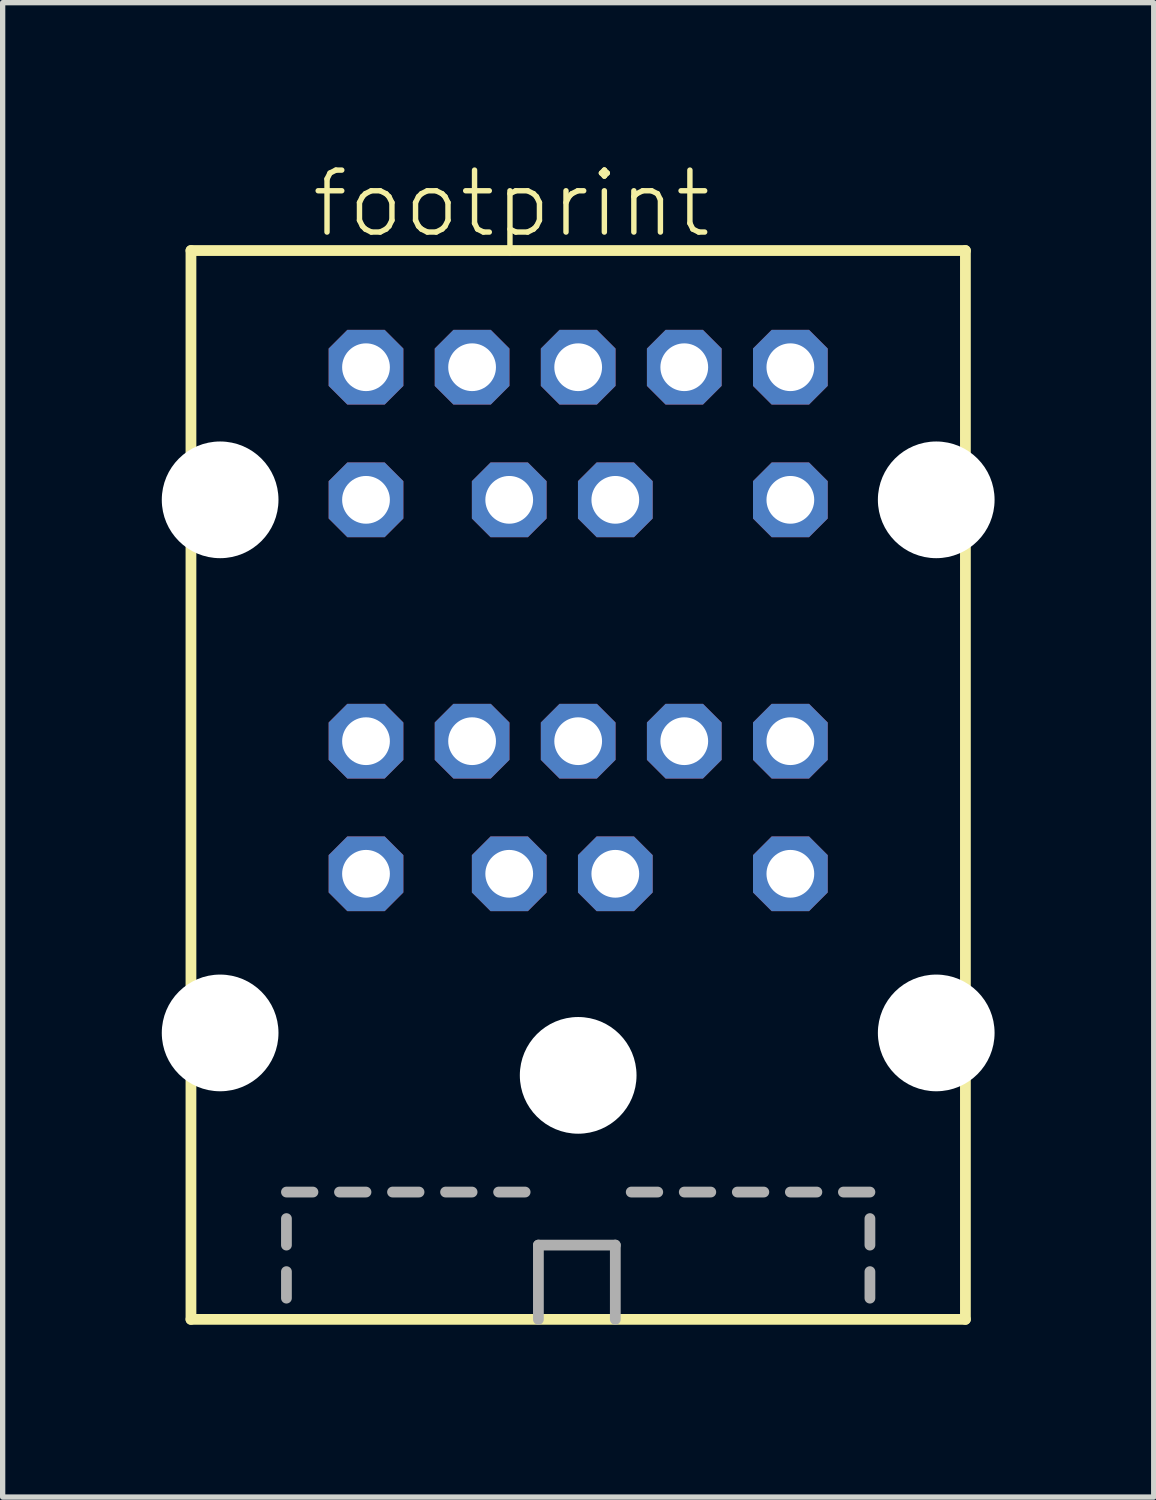
<source format=kicad_pcb>
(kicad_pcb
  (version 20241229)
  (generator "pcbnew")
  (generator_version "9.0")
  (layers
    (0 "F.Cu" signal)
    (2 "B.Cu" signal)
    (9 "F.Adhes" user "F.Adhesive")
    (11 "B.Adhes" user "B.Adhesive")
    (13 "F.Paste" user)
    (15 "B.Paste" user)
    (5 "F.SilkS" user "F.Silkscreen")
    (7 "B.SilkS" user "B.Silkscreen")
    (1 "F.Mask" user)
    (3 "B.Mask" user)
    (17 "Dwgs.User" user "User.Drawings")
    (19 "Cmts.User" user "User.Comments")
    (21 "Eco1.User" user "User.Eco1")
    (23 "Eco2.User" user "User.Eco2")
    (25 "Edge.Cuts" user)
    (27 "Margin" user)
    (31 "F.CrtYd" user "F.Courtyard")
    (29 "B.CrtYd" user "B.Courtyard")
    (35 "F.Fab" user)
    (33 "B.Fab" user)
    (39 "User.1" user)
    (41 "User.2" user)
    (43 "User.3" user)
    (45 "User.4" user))
  (footprint "footprint"
    (layer "F.Cu")
    (at 7.85 21.923)
    (property "Reference" "footprint" (at -5.08 -20.45 0) (layer "F.SilkS") (effects (font (size 1.168 1.168) (thickness 0.102)) (justify left bottom)))
    (fp_line (start -7.3 -20.25) (end -7.3 -0.1) (stroke (width 0.203) (type solid)) (layer "F.SilkS"))
    (fp_line (start -7.3 -0.1) (end 7.3 -0.1) (stroke (width 0.203) (type solid)) (layer "F.SilkS"))
    (fp_line (start 7.3 -20.25) (end -7.3 -20.25) (stroke (width 0.203) (type solid)) (layer "F.SilkS"))
    (fp_line (start 7.3 -0.1) (end 7.3 -20.25) (stroke (width 0.203) (type solid)) (layer "F.SilkS"))
    (fp_line (start -5.5 -2.5) (end -5 -2.5) (stroke (width 0.203) (type solid)) (layer "F.Fab"))
    (fp_line (start -5.5 -1.5) (end -5.5 -2) (stroke (width 0.203) (type solid)) (layer "F.Fab"))
    (fp_line (start -5.5 -0.5) (end -5.5 -1) (stroke (width 0.203) (type solid)) (layer "F.Fab"))
    (fp_line (start -4.5 -2.5) (end -4 -2.5) (stroke (width 0.203) (type solid)) (layer "F.Fab"))
    (fp_line (start -3.5 -2.5) (end -3 -2.5) (stroke (width 0.203) (type solid)) (layer "F.Fab"))
    (fp_line (start -2.5 -2.5) (end -2 -2.5) (stroke (width 0.203) (type solid)) (layer "F.Fab"))
    (fp_line (start -1.5 -2.5) (end -1 -2.5) (stroke (width 0.203) (type solid)) (layer "F.Fab"))
    (fp_line (start -0.75 -1.5) (end 0.7 -1.5) (stroke (width 0.203) (type solid)) (layer "F.Fab"))
    (fp_line (start -0.75 -0.1) (end -0.75 -1.5) (stroke (width 0.203) (type solid)) (layer "F.Fab"))
    (fp_line (start 0.7 -1.5) (end 0.7 -0.1) (stroke (width 0.203) (type solid)) (layer "F.Fab"))
    (fp_line (start 1 -2.5) (end 1.5 -2.5) (stroke (width 0.203) (type solid)) (layer "F.Fab"))
    (fp_line (start 2 -2.5) (end 2.5 -2.5) (stroke (width 0.203) (type solid)) (layer "F.Fab"))
    (fp_line (start 3 -2.5) (end 3.5 -2.5) (stroke (width 0.203) (type solid)) (layer "F.Fab"))
    (fp_line (start 4 -2.5) (end 4.5 -2.5) (stroke (width 0.203) (type solid)) (layer "F.Fab"))
    (fp_line (start 5 -2.5) (end 5.5 -2.5) (stroke (width 0.203) (type solid)) (layer "F.Fab"))
    (fp_line (start 5.5 -1.5) (end 5.5 -2) (stroke (width 0.203) (type solid)) (layer "F.Fab"))
    (fp_line (start 5.5 -0.5) (end 5.5 -1) (stroke (width 0.203) (type solid)) (layer "F.Fab"))
    (pad "" np_thru_hole circle (at -6.75 -15.55) (size 2.2 2.2) (drill 2.2) (layers "*.Cu" "*.Mask"))
    (pad "" np_thru_hole circle (at -6.75 -5.5) (size 2.2 2.2) (drill 2.2) (layers "*.Cu" "*.Mask"))
    (pad "" np_thru_hole circle (at 0 -4.7) (size 2.2 2.2) (drill 2.2) (layers "*.Cu" "*.Mask"))
    (pad "" np_thru_hole circle (at 6.75 -15.55) (size 2.2 2.2) (drill 2.2) (layers "*.Cu" "*.Mask"))
    (pad "" np_thru_hole circle (at 6.75 -5.5) (size 2.2 2.2) (drill 2.2) (layers "*.Cu" "*.Mask"))
    (pad "1-1" thru_hole roundrect (at 0.7 -8.5) (size 1.408 1.408) (drill 0.9) (layers "*.Cu" "*.Mask") (roundrect_rratio 0.25) (chamfer_ratio 0.25) (chamfer top_left top_right bottom_left bottom_right))
    (pad "1-2" thru_hole roundrect (at -1.3 -8.5) (size 1.408 1.408) (drill 0.9) (layers "*.Cu" "*.Mask") (roundrect_rratio 0.25) (chamfer_ratio 0.25) (chamfer top_left top_right bottom_left bottom_right))
    (pad "1-3" thru_hole roundrect (at 4 -8.5) (size 1.408 1.408) (drill 0.9) (layers "*.Cu" "*.Mask") (roundrect_rratio 0.25) (chamfer_ratio 0.25) (chamfer top_left top_right bottom_left bottom_right))
    (pad "1-4" thru_hole roundrect (at 2 -11) (size 1.408 1.408) (drill 0.9) (layers "*.Cu" "*.Mask") (roundrect_rratio 0.25) (chamfer_ratio 0.25) (chamfer top_left top_right bottom_left bottom_right))
    (pad "1-5" thru_hole roundrect (at 0 -11) (size 1.408 1.408) (drill 0.9) (layers "*.Cu" "*.Mask") (roundrect_rratio 0.25) (chamfer_ratio 0.25) (chamfer top_left top_right bottom_left bottom_right))
    (pad "1-6" thru_hole roundrect (at -4 -8.5) (size 1.408 1.408) (drill 0.9) (layers "*.Cu" "*.Mask") (roundrect_rratio 0.25) (chamfer_ratio 0.25) (chamfer top_left top_right bottom_left bottom_right))
    (pad "1-7" thru_hole roundrect (at 4 -11) (size 1.408 1.408) (drill 0.9) (layers "*.Cu" "*.Mask") (roundrect_rratio 0.25) (chamfer_ratio 0.25) (chamfer top_left top_right bottom_left bottom_right))
    (pad "1-8" thru_hole roundrect (at -2 -11) (size 1.408 1.408) (drill 0.9) (layers "*.Cu" "*.Mask") (roundrect_rratio 0.25) (chamfer_ratio 0.25) (chamfer top_left top_right bottom_left bottom_right))
    (pad "1-9" thru_hole roundrect (at -4 -11) (size 1.408 1.408) (drill 0.9) (layers "*.Cu" "*.Mask") (roundrect_rratio 0.25) (chamfer_ratio 0.25) (chamfer top_left top_right bottom_left bottom_right))
    (pad "2-1" thru_hole roundrect (at 0.7 -15.55) (size 1.408 1.408) (drill 0.9) (layers "*.Cu" "*.Mask") (roundrect_rratio 0.25) (chamfer_ratio 0.25) (chamfer top_left top_right bottom_left bottom_right))
    (pad "2-2" thru_hole roundrect (at -1.3 -15.55) (size 1.408 1.408) (drill 0.9) (layers "*.Cu" "*.Mask") (roundrect_rratio 0.25) (chamfer_ratio 0.25) (chamfer top_left top_right bottom_left bottom_right))
    (pad "2-3" thru_hole roundrect (at 4 -15.55) (size 1.408 1.408) (drill 0.9) (layers "*.Cu" "*.Mask") (roundrect_rratio 0.25) (chamfer_ratio 0.25) (chamfer top_left top_right bottom_left bottom_right))
    (pad "2-4" thru_hole roundrect (at 2 -18.05) (size 1.408 1.408) (drill 0.9) (layers "*.Cu" "*.Mask") (roundrect_rratio 0.25) (chamfer_ratio 0.25) (chamfer top_left top_right bottom_left bottom_right))
    (pad "2-5" thru_hole roundrect (at 0 -18.05) (size 1.408 1.408) (drill 0.9) (layers "*.Cu" "*.Mask") (roundrect_rratio 0.25) (chamfer_ratio 0.25) (chamfer top_left top_right bottom_left bottom_right))
    (pad "2-6" thru_hole roundrect (at -4 -15.55) (size 1.408 1.408) (drill 0.9) (layers "*.Cu" "*.Mask") (roundrect_rratio 0.25) (chamfer_ratio 0.25) (chamfer top_left top_right bottom_left bottom_right))
    (pad "2-7" thru_hole roundrect (at 4 -18.05) (size 1.408 1.408) (drill 0.9) (layers "*.Cu" "*.Mask") (roundrect_rratio 0.25) (chamfer_ratio 0.25) (chamfer top_left top_right bottom_left bottom_right))
    (pad "2-8" thru_hole roundrect (at -2 -18.05) (size 1.408 1.408) (drill 0.9) (layers "*.Cu" "*.Mask") (roundrect_rratio 0.25) (chamfer_ratio 0.25) (chamfer top_left top_right bottom_left bottom_right))
    (pad "2-9" thru_hole roundrect (at -4 -18.05) (size 1.408 1.408) (drill 0.9) (layers "*.Cu" "*.Mask") (roundrect_rratio 0.25) (chamfer_ratio 0.25) (chamfer top_left top_right bottom_left bottom_right)))
  (gr_rect
    (start -3 -3)
    (end 18.7 25.173)
    (stroke (width 0.1) (type default))
    (fill no)
    (layer "Edge.Cuts")))
</source>
